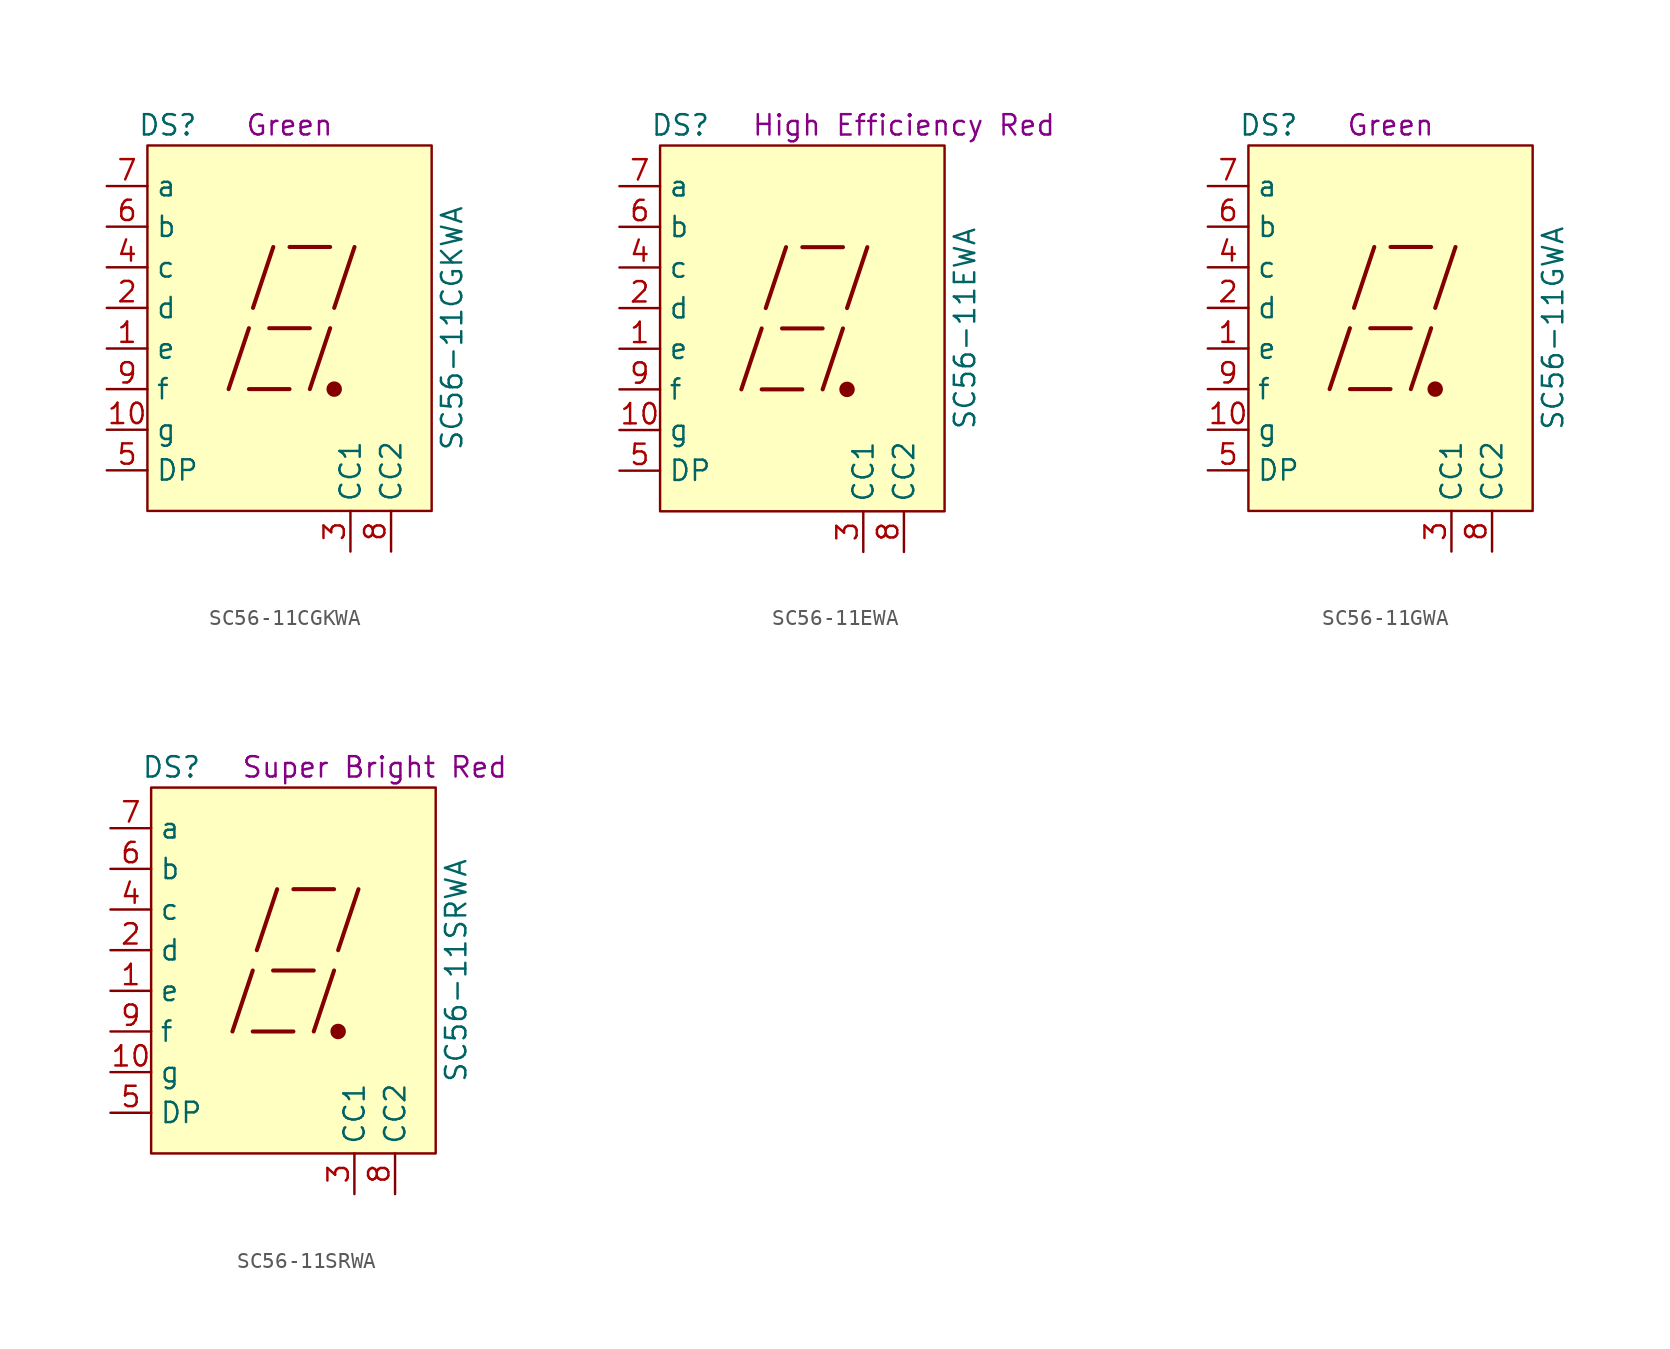
<source format=kicad_sym>
(kicad_symbol_lib
  (version 20211014)
  (generator kicad_symbol_editor)
  (symbol "SC56-11CGKWA"
    (property "Reference" "DS"
      (at -7.62 12.7 0)
      (effects (font (size 1.27 1.27))))
    (property "Value" "SC56-11CGKWA"
      (at 10.16 0 90)
      (effects (font (size 1.27 1.27))))
    (property "Color" "Green"
      (at 0 12.7 0)
      (effects (font (size 1.27 1.27))))
    (symbol "SC56-11CGKWA_0_0"
      (rectangle (start -8.89 11.43) (end 8.89 -11.43) (stroke (width 0) (type default) (color 0 0 0 0)) (fill (type background)))
      (polyline (pts (xy -3.81 -3.81) (xy -2.54 0)) (stroke (width 0.254) (type default) (color 0 0 0 0)) (fill (type none)))
      (polyline (pts (xy -2.54 -3.81) (xy 0 -3.81)) (stroke (width 0.254) (type default) (color 0 0 0 0)) (fill (type none)))
      (polyline (pts (xy -2.286 1.27) (xy -1.016 5.08)) (stroke (width 0.254) (type default) (color 0 0 0 0)) (fill (type none)))
      (polyline (pts (xy -1.27 0) (xy 1.27 0)) (stroke (width 0.254) (type default) (color 0 0 0 0)) (fill (type none)))
      (polyline (pts (xy 0 5.08) (xy 2.54 5.08)) (stroke (width 0.254) (type default) (color 0 0 0 0)) (fill (type none)))
      (polyline (pts (xy 1.27 -3.81) (xy 2.54 0)) (stroke (width 0.254) (type default) (color 0 0 0 0)) (fill (type none)))
      (polyline (pts (xy 2.794 1.27) (xy 4.064 5.08)) (stroke (width 0.254) (type default) (color 0 0 0 0)) (fill (type none))))
    (symbol "SC56-11CGKWA_0_1"
      (circle (center 2.794 -3.81) (radius 0.356) (stroke (width 0.254) (type default) (color 0 0 0 0)) (fill (type outline))))
    (symbol "SC56-11CGKWA_1_1"
      (pin passive line (at -11.43 -1.27 0) (length 2.54) (name "e" (effects (font (size 1.27 1.27)))) (number "1" (effects (font (size 1.27 1.27)))))
      (pin passive line (at -11.43 -6.35 0) (length 2.54) (name "g" (effects (font (size 1.27 1.27)))) (number "10" (effects (font (size 1.27 1.27)))))
      (pin passive line (at -11.43 1.27 0) (length 2.54) (name "d" (effects (font (size 1.27 1.27)))) (number "2" (effects (font (size 1.27 1.27)))))
      (pin passive line (at 3.81 -13.97 90) (length 2.54) (name "CC1" (effects (font (size 1.27 1.27)))) (number "3" (effects (font (size 1.27 1.27)))))
      (pin passive line (at -11.43 3.81 0) (length 2.54) (name "c" (effects (font (size 1.27 1.27)))) (number "4" (effects (font (size 1.27 1.27)))))
      (pin passive line (at -11.43 -8.89 0) (length 2.54) (name "DP" (effects (font (size 1.27 1.27)))) (number "5" (effects (font (size 1.27 1.27)))))
      (pin passive line (at -11.43 6.35 0) (length 2.54) (name "b" (effects (font (size 1.27 1.27)))) (number "6" (effects (font (size 1.27 1.27)))))
      (pin passive line (at -11.43 8.89 0) (length 2.54) (name "a" (effects (font (size 1.27 1.27)))) (number "7" (effects (font (size 1.27 1.27)))))
      (pin passive line (at 6.35 -13.97 90) (length 2.54) (name "CC2" (effects (font (size 1.27 1.27)))) (number "8" (effects (font (size 1.27 1.27)))))
      (pin passive line (at -11.43 -3.81 0) (length 2.54) (name "f" (effects (font (size 1.27 1.27)))) (number "9" (effects (font (size 1.27 1.27)))))))
  (symbol "SC56-11EWA"
    (property "Reference" "DS"
      (at -7.62 12.7 0)
      (effects (font (size 1.27 1.27))))
    (property "Value" "SC56-11EWA"
      (at 10.16 0 90)
      (effects (font (size 1.27 1.27))))
    (property "Color" "High Efficiency Red"
      (at 6.35 12.7 0)
      (effects (font (size 1.27 1.27))))
    (symbol "SC56-11EWA_0_0"
      (rectangle (start -8.89 11.43) (end 8.89 -11.43) (stroke (width 0) (type default) (color 0 0 0 0)) (fill (type background)))
      (polyline (pts (xy -3.81 -3.81) (xy -2.54 0)) (stroke (width 0.254) (type default) (color 0 0 0 0)) (fill (type none)))
      (polyline (pts (xy -2.54 -3.81) (xy 0 -3.81)) (stroke (width 0.254) (type default) (color 0 0 0 0)) (fill (type none)))
      (polyline (pts (xy -2.286 1.27) (xy -1.016 5.08)) (stroke (width 0.254) (type default) (color 0 0 0 0)) (fill (type none)))
      (polyline (pts (xy -1.27 0) (xy 1.27 0)) (stroke (width 0.254) (type default) (color 0 0 0 0)) (fill (type none)))
      (polyline (pts (xy 0 5.08) (xy 2.54 5.08)) (stroke (width 0.254) (type default) (color 0 0 0 0)) (fill (type none)))
      (polyline (pts (xy 1.27 -3.81) (xy 2.54 0)) (stroke (width 0.254) (type default) (color 0 0 0 0)) (fill (type none)))
      (polyline (pts (xy 2.794 1.27) (xy 4.064 5.08)) (stroke (width 0.254) (type default) (color 0 0 0 0)) (fill (type none))))
    (symbol "SC56-11EWA_0_1"
      (circle (center 2.794 -3.81) (radius 0.356) (stroke (width 0.254) (type default) (color 0 0 0 0)) (fill (type outline))))
    (symbol "SC56-11EWA_1_1"
      (pin passive line (at -11.43 -1.27 0) (length 2.54) (name "e" (effects (font (size 1.27 1.27)))) (number "1" (effects (font (size 1.27 1.27)))))
      (pin passive line (at -11.43 -6.35 0) (length 2.54) (name "g" (effects (font (size 1.27 1.27)))) (number "10" (effects (font (size 1.27 1.27)))))
      (pin passive line (at -11.43 1.27 0) (length 2.54) (name "d" (effects (font (size 1.27 1.27)))) (number "2" (effects (font (size 1.27 1.27)))))
      (pin passive line (at 3.81 -13.97 90) (length 2.54) (name "CC1" (effects (font (size 1.27 1.27)))) (number "3" (effects (font (size 1.27 1.27)))))
      (pin passive line (at -11.43 3.81 0) (length 2.54) (name "c" (effects (font (size 1.27 1.27)))) (number "4" (effects (font (size 1.27 1.27)))))
      (pin passive line (at -11.43 -8.89 0) (length 2.54) (name "DP" (effects (font (size 1.27 1.27)))) (number "5" (effects (font (size 1.27 1.27)))))
      (pin passive line (at -11.43 6.35 0) (length 2.54) (name "b" (effects (font (size 1.27 1.27)))) (number "6" (effects (font (size 1.27 1.27)))))
      (pin passive line (at -11.43 8.89 0) (length 2.54) (name "a" (effects (font (size 1.27 1.27)))) (number "7" (effects (font (size 1.27 1.27)))))
      (pin passive line (at 6.35 -13.97 90) (length 2.54) (name "CC2" (effects (font (size 1.27 1.27)))) (number "8" (effects (font (size 1.27 1.27)))))
      (pin passive line (at -11.43 -3.81 0) (length 2.54) (name "f" (effects (font (size 1.27 1.27)))) (number "9" (effects (font (size 1.27 1.27)))))))
  (symbol "SC56-11GWA"
    (property "Reference" "DS"
      (at -7.62 12.7 0)
      (effects (font (size 1.27 1.27))))
    (property "Value" "SC56-11GWA"
      (at 10.16 0 90)
      (effects (font (size 1.27 1.27))))
    (property "Color" "Green"
      (at 0 12.7 0)
      (effects (font (size 1.27 1.27))))
    (symbol "SC56-11GWA_0_0"
      (rectangle (start -8.89 11.43) (end 8.89 -11.43) (stroke (width 0) (type default) (color 0 0 0 0)) (fill (type background)))
      (polyline (pts (xy -3.81 -3.81) (xy -2.54 0)) (stroke (width 0.254) (type default) (color 0 0 0 0)) (fill (type none)))
      (polyline (pts (xy -2.54 -3.81) (xy 0 -3.81)) (stroke (width 0.254) (type default) (color 0 0 0 0)) (fill (type none)))
      (polyline (pts (xy -2.286 1.27) (xy -1.016 5.08)) (stroke (width 0.254) (type default) (color 0 0 0 0)) (fill (type none)))
      (polyline (pts (xy -1.27 0) (xy 1.27 0)) (stroke (width 0.254) (type default) (color 0 0 0 0)) (fill (type none)))
      (polyline (pts (xy 0 5.08) (xy 2.54 5.08)) (stroke (width 0.254) (type default) (color 0 0 0 0)) (fill (type none)))
      (polyline (pts (xy 1.27 -3.81) (xy 2.54 0)) (stroke (width 0.254) (type default) (color 0 0 0 0)) (fill (type none)))
      (polyline (pts (xy 2.794 1.27) (xy 4.064 5.08)) (stroke (width 0.254) (type default) (color 0 0 0 0)) (fill (type none))))
    (symbol "SC56-11GWA_0_1"
      (circle (center 2.794 -3.81) (radius 0.356) (stroke (width 0.254) (type default) (color 0 0 0 0)) (fill (type outline))))
    (symbol "SC56-11GWA_1_1"
      (pin passive line (at -11.43 -1.27 0) (length 2.54) (name "e" (effects (font (size 1.27 1.27)))) (number "1" (effects (font (size 1.27 1.27)))))
      (pin passive line (at -11.43 -6.35 0) (length 2.54) (name "g" (effects (font (size 1.27 1.27)))) (number "10" (effects (font (size 1.27 1.27)))))
      (pin passive line (at -11.43 1.27 0) (length 2.54) (name "d" (effects (font (size 1.27 1.27)))) (number "2" (effects (font (size 1.27 1.27)))))
      (pin passive line (at 3.81 -13.97 90) (length 2.54) (name "CC1" (effects (font (size 1.27 1.27)))) (number "3" (effects (font (size 1.27 1.27)))))
      (pin passive line (at -11.43 3.81 0) (length 2.54) (name "c" (effects (font (size 1.27 1.27)))) (number "4" (effects (font (size 1.27 1.27)))))
      (pin passive line (at -11.43 -8.89 0) (length 2.54) (name "DP" (effects (font (size 1.27 1.27)))) (number "5" (effects (font (size 1.27 1.27)))))
      (pin passive line (at -11.43 6.35 0) (length 2.54) (name "b" (effects (font (size 1.27 1.27)))) (number "6" (effects (font (size 1.27 1.27)))))
      (pin passive line (at -11.43 8.89 0) (length 2.54) (name "a" (effects (font (size 1.27 1.27)))) (number "7" (effects (font (size 1.27 1.27)))))
      (pin passive line (at 6.35 -13.97 90) (length 2.54) (name "CC2" (effects (font (size 1.27 1.27)))) (number "8" (effects (font (size 1.27 1.27)))))
      (pin passive line (at -11.43 -3.81 0) (length 2.54) (name "f" (effects (font (size 1.27 1.27)))) (number "9" (effects (font (size 1.27 1.27)))))))
  (symbol "SC56-11SRWA"
    (property "Reference" "DS"
      (at -7.62 12.7 0)
      (effects (font (size 1.27 1.27))))
    (property "Value" "SC56-11SRWA"
      (at 10.16 0 90)
      (effects (font (size 1.27 1.27))))
    (property "Color" "Super Bright Red"
      (at 5.08 12.7 0)
      (effects (font (size 1.27 1.27))))
    (symbol "SC56-11SRWA_0_0"
      (rectangle (start -8.89 11.43) (end 8.89 -11.43) (stroke (width 0) (type default) (color 0 0 0 0)) (fill (type background)))
      (polyline (pts (xy -3.81 -3.81) (xy -2.54 0)) (stroke (width 0.254) (type default) (color 0 0 0 0)) (fill (type none)))
      (polyline (pts (xy -2.54 -3.81) (xy 0 -3.81)) (stroke (width 0.254) (type default) (color 0 0 0 0)) (fill (type none)))
      (polyline (pts (xy -2.286 1.27) (xy -1.016 5.08)) (stroke (width 0.254) (type default) (color 0 0 0 0)) (fill (type none)))
      (polyline (pts (xy -1.27 0) (xy 1.27 0)) (stroke (width 0.254) (type default) (color 0 0 0 0)) (fill (type none)))
      (polyline (pts (xy 0 5.08) (xy 2.54 5.08)) (stroke (width 0.254) (type default) (color 0 0 0 0)) (fill (type none)))
      (polyline (pts (xy 1.27 -3.81) (xy 2.54 0)) (stroke (width 0.254) (type default) (color 0 0 0 0)) (fill (type none)))
      (polyline (pts (xy 2.794 1.27) (xy 4.064 5.08)) (stroke (width 0.254) (type default) (color 0 0 0 0)) (fill (type none))))
    (symbol "SC56-11SRWA_0_1"
      (circle (center 2.794 -3.81) (radius 0.356) (stroke (width 0.254) (type default) (color 0 0 0 0)) (fill (type outline))))
    (symbol "SC56-11SRWA_1_1"
      (pin passive line (at -11.43 -1.27 0) (length 2.54) (name "e" (effects (font (size 1.27 1.27)))) (number "1" (effects (font (size 1.27 1.27)))))
      (pin passive line (at -11.43 -6.35 0) (length 2.54) (name "g" (effects (font (size 1.27 1.27)))) (number "10" (effects (font (size 1.27 1.27)))))
      (pin passive line (at -11.43 1.27 0) (length 2.54) (name "d" (effects (font (size 1.27 1.27)))) (number "2" (effects (font (size 1.27 1.27)))))
      (pin passive line (at 3.81 -13.97 90) (length 2.54) (name "CC1" (effects (font (size 1.27 1.27)))) (number "3" (effects (font (size 1.27 1.27)))))
      (pin passive line (at -11.43 3.81 0) (length 2.54) (name "c" (effects (font (size 1.27 1.27)))) (number "4" (effects (font (size 1.27 1.27)))))
      (pin passive line (at -11.43 -8.89 0) (length 2.54) (name "DP" (effects (font (size 1.27 1.27)))) (number "5" (effects (font (size 1.27 1.27)))))
      (pin passive line (at -11.43 6.35 0) (length 2.54) (name "b" (effects (font (size 1.27 1.27)))) (number "6" (effects (font (size 1.27 1.27)))))
      (pin passive line (at -11.43 8.89 0) (length 2.54) (name "a" (effects (font (size 1.27 1.27)))) (number "7" (effects (font (size 1.27 1.27)))))
      (pin passive line (at 6.35 -13.97 90) (length 2.54) (name "CC2" (effects (font (size 1.27 1.27)))) (number "8" (effects (font (size 1.27 1.27)))))
      (pin passive line (at -11.43 -3.81 0) (length 2.54) (name "f" (effects (font (size 1.27 1.27)))) (number "9" (effects (font (size 1.27 1.27))))))))
</source>
